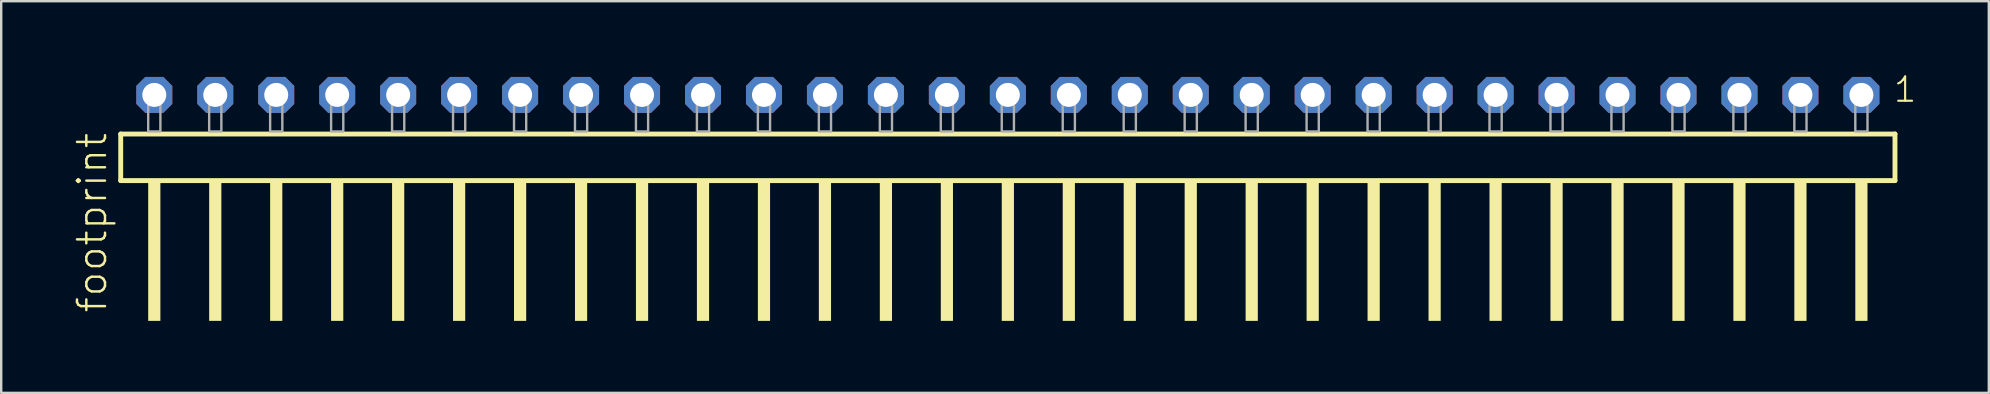
<source format=kicad_pcb>
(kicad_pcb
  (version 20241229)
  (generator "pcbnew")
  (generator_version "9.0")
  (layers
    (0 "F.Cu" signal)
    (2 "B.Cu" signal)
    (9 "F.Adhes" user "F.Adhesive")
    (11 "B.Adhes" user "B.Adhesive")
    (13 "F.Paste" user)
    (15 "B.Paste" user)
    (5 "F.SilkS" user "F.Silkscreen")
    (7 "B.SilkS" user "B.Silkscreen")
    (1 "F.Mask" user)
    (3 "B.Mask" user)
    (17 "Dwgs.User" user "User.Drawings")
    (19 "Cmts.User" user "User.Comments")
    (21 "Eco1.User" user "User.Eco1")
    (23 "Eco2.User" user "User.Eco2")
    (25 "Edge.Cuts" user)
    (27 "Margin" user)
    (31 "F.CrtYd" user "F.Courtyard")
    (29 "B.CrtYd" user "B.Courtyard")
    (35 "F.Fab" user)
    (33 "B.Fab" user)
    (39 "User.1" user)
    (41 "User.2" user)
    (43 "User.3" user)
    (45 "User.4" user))
  (footprint "footprint"
    (layer "F.Cu")
    (at 38.938 2.428)
    (property "Reference" "footprint" (at -37.465 7.62 90) (layer "F.SilkS") (effects (font (size 1.168 1.168) (thickness 0.102)) (justify left bottom)))
    (fp_line (start -36.959 0.106) (end -36.959 2.046) (stroke (width 0.203) (type solid)) (layer "F.SilkS"))
    (fp_line (start -36.959 2.046) (end 36.959 2.046) (stroke (width 0.203) (type solid)) (layer "F.SilkS"))
    (fp_line (start 36.959 0.106) (end -36.959 0.106) (stroke (width 0.203) (type solid)) (layer "F.SilkS"))
    (fp_line (start 36.959 2.046) (end 36.959 0.106) (stroke (width 0.203) (type solid)) (layer "F.SilkS"))
    (fp_poly (pts (xy -35.814 7.89) (xy -35.306 7.89) (xy -35.306 2.04) (xy -35.814 2.04)) (stroke (width 0) (type solid)) (fill yes) (layer "F.SilkS"))
    (fp_poly (pts (xy -33.274 7.89) (xy -32.766 7.89) (xy -32.766 2.04) (xy -33.274 2.04)) (stroke (width 0) (type solid)) (fill yes) (layer "F.SilkS"))
    (fp_poly (pts (xy -30.734 7.89) (xy -30.226 7.89) (xy -30.226 2.04) (xy -30.734 2.04)) (stroke (width 0) (type solid)) (fill yes) (layer "F.SilkS"))
    (fp_poly (pts (xy -28.194 7.89) (xy -27.686 7.89) (xy -27.686 2.04) (xy -28.194 2.04)) (stroke (width 0) (type solid)) (fill yes) (layer "F.SilkS"))
    (fp_poly (pts (xy -25.654 7.89) (xy -25.146 7.89) (xy -25.146 2.04) (xy -25.654 2.04)) (stroke (width 0) (type solid)) (fill yes) (layer "F.SilkS"))
    (fp_poly (pts (xy -23.114 7.89) (xy -22.606 7.89) (xy -22.606 2.04) (xy -23.114 2.04)) (stroke (width 0) (type solid)) (fill yes) (layer "F.SilkS"))
    (fp_poly (pts (xy -20.574 7.89) (xy -20.066 7.89) (xy -20.066 2.04) (xy -20.574 2.04)) (stroke (width 0) (type solid)) (fill yes) (layer "F.SilkS"))
    (fp_poly (pts (xy -18.034 7.89) (xy -17.526 7.89) (xy -17.526 2.04) (xy -18.034 2.04)) (stroke (width 0) (type solid)) (fill yes) (layer "F.SilkS"))
    (fp_poly (pts (xy -15.494 7.89) (xy -14.986 7.89) (xy -14.986 2.04) (xy -15.494 2.04)) (stroke (width 0) (type solid)) (fill yes) (layer "F.SilkS"))
    (fp_poly (pts (xy -12.954 7.89) (xy -12.446 7.89) (xy -12.446 2.04) (xy -12.954 2.04)) (stroke (width 0) (type solid)) (fill yes) (layer "F.SilkS"))
    (fp_poly (pts (xy -10.414 7.89) (xy -9.906 7.89) (xy -9.906 2.04) (xy -10.414 2.04)) (stroke (width 0) (type solid)) (fill yes) (layer "F.SilkS"))
    (fp_poly (pts (xy -7.874 7.89) (xy -7.366 7.89) (xy -7.366 2.04) (xy -7.874 2.04)) (stroke (width 0) (type solid)) (fill yes) (layer "F.SilkS"))
    (fp_poly (pts (xy -5.334 7.89) (xy -4.826 7.89) (xy -4.826 2.04) (xy -5.334 2.04)) (stroke (width 0) (type solid)) (fill yes) (layer "F.SilkS"))
    (fp_poly (pts (xy -2.794 7.89) (xy -2.286 7.89) (xy -2.286 2.04) (xy -2.794 2.04)) (stroke (width 0) (type solid)) (fill yes) (layer "F.SilkS"))
    (fp_poly (pts (xy -0.254 7.89) (xy 0.254 7.89) (xy 0.254 2.04) (xy -0.254 2.04)) (stroke (width 0) (type solid)) (fill yes) (layer "F.SilkS"))
    (fp_poly (pts (xy 2.286 7.89) (xy 2.794 7.89) (xy 2.794 2.04) (xy 2.286 2.04)) (stroke (width 0) (type solid)) (fill yes) (layer "F.SilkS"))
    (fp_poly (pts (xy 4.826 7.89) (xy 5.334 7.89) (xy 5.334 2.04) (xy 4.826 2.04)) (stroke (width 0) (type solid)) (fill yes) (layer "F.SilkS"))
    (fp_poly (pts (xy 7.366 7.89) (xy 7.874 7.89) (xy 7.874 2.04) (xy 7.366 2.04)) (stroke (width 0) (type solid)) (fill yes) (layer "F.SilkS"))
    (fp_poly (pts (xy 9.906 7.89) (xy 10.414 7.89) (xy 10.414 2.04) (xy 9.906 2.04)) (stroke (width 0) (type solid)) (fill yes) (layer "F.SilkS"))
    (fp_poly (pts (xy 12.446 7.89) (xy 12.954 7.89) (xy 12.954 2.04) (xy 12.446 2.04)) (stroke (width 0) (type solid)) (fill yes) (layer "F.SilkS"))
    (fp_poly (pts (xy 14.986 7.89) (xy 15.494 7.89) (xy 15.494 2.04) (xy 14.986 2.04)) (stroke (width 0) (type solid)) (fill yes) (layer "F.SilkS"))
    (fp_poly (pts (xy 17.526 7.89) (xy 18.034 7.89) (xy 18.034 2.04) (xy 17.526 2.04)) (stroke (width 0) (type solid)) (fill yes) (layer "F.SilkS"))
    (fp_poly (pts (xy 20.066 7.89) (xy 20.574 7.89) (xy 20.574 2.04) (xy 20.066 2.04)) (stroke (width 0) (type solid)) (fill yes) (layer "F.SilkS"))
    (fp_poly (pts (xy 22.606 7.89) (xy 23.114 7.89) (xy 23.114 2.04) (xy 22.606 2.04)) (stroke (width 0) (type solid)) (fill yes) (layer "F.SilkS"))
    (fp_poly (pts (xy 25.146 7.89) (xy 25.654 7.89) (xy 25.654 2.04) (xy 25.146 2.04)) (stroke (width 0) (type solid)) (fill yes) (layer "F.SilkS"))
    (fp_poly (pts (xy 27.686 7.89) (xy 28.194 7.89) (xy 28.194 2.04) (xy 27.686 2.04)) (stroke (width 0) (type solid)) (fill yes) (layer "F.SilkS"))
    (fp_poly (pts (xy 30.226 7.89) (xy 30.734 7.89) (xy 30.734 2.04) (xy 30.226 2.04)) (stroke (width 0) (type solid)) (fill yes) (layer "F.SilkS"))
    (fp_poly (pts (xy 32.766 7.89) (xy 33.274 7.89) (xy 33.274 2.04) (xy 32.766 2.04)) (stroke (width 0) (type solid)) (fill yes) (layer "F.SilkS"))
    (fp_poly (pts (xy 35.306 7.89) (xy 35.814 7.89) (xy 35.814 2.04) (xy 35.306 2.04)) (stroke (width 0) (type solid)) (fill yes) (layer "F.SilkS"))
    (fp_poly (pts (xy -35.814 0) (xy -35.306 0) (xy -35.306 -1.778) (xy -35.814 -1.778)) (stroke (width 0.1) (type solid)) (fill no) (layer "F.Fab"))
    (fp_poly (pts (xy -33.274 0) (xy -32.766 0) (xy -32.766 -1.778) (xy -33.274 -1.778)) (stroke (width 0.1) (type solid)) (fill no) (layer "F.Fab"))
    (fp_poly (pts (xy -30.734 0) (xy -30.226 0) (xy -30.226 -1.778) (xy -30.734 -1.778)) (stroke (width 0.1) (type solid)) (fill no) (layer "F.Fab"))
    (fp_poly (pts (xy -28.194 0) (xy -27.686 0) (xy -27.686 -1.778) (xy -28.194 -1.778)) (stroke (width 0.1) (type solid)) (fill no) (layer "F.Fab"))
    (fp_poly (pts (xy -25.654 0) (xy -25.146 0) (xy -25.146 -1.778) (xy -25.654 -1.778)) (stroke (width 0.1) (type solid)) (fill no) (layer "F.Fab"))
    (fp_poly (pts (xy -23.114 0) (xy -22.606 0) (xy -22.606 -1.778) (xy -23.114 -1.778)) (stroke (width 0.1) (type solid)) (fill no) (layer "F.Fab"))
    (fp_poly (pts (xy -20.574 0) (xy -20.066 0) (xy -20.066 -1.778) (xy -20.574 -1.778)) (stroke (width 0.1) (type solid)) (fill no) (layer "F.Fab"))
    (fp_poly (pts (xy -18.034 0) (xy -17.526 0) (xy -17.526 -1.778) (xy -18.034 -1.778)) (stroke (width 0.1) (type solid)) (fill no) (layer "F.Fab"))
    (fp_poly (pts (xy -15.494 0) (xy -14.986 0) (xy -14.986 -1.778) (xy -15.494 -1.778)) (stroke (width 0.1) (type solid)) (fill no) (layer "F.Fab"))
    (fp_poly (pts (xy -12.954 0) (xy -12.446 0) (xy -12.446 -1.778) (xy -12.954 -1.778)) (stroke (width 0.1) (type solid)) (fill no) (layer "F.Fab"))
    (fp_poly (pts (xy -10.414 0) (xy -9.906 0) (xy -9.906 -1.778) (xy -10.414 -1.778)) (stroke (width 0.1) (type solid)) (fill no) (layer "F.Fab"))
    (fp_poly (pts (xy -7.874 0) (xy -7.366 0) (xy -7.366 -1.778) (xy -7.874 -1.778)) (stroke (width 0.1) (type solid)) (fill no) (layer "F.Fab"))
    (fp_poly (pts (xy -5.334 0) (xy -4.826 0) (xy -4.826 -1.778) (xy -5.334 -1.778)) (stroke (width 0.1) (type solid)) (fill no) (layer "F.Fab"))
    (fp_poly (pts (xy -2.794 0) (xy -2.286 0) (xy -2.286 -1.778) (xy -2.794 -1.778)) (stroke (width 0.1) (type solid)) (fill no) (layer "F.Fab"))
    (fp_poly (pts (xy -0.254 0) (xy 0.254 0) (xy 0.254 -1.778) (xy -0.254 -1.778)) (stroke (width 0.1) (type solid)) (fill no) (layer "F.Fab"))
    (fp_poly (pts (xy 2.286 0) (xy 2.794 0) (xy 2.794 -1.778) (xy 2.286 -1.778)) (stroke (width 0.1) (type solid)) (fill no) (layer "F.Fab"))
    (fp_poly (pts (xy 4.826 0) (xy 5.334 0) (xy 5.334 -1.778) (xy 4.826 -1.778)) (stroke (width 0.1) (type solid)) (fill no) (layer "F.Fab"))
    (fp_poly (pts (xy 7.366 0) (xy 7.874 0) (xy 7.874 -1.778) (xy 7.366 -1.778)) (stroke (width 0.1) (type solid)) (fill no) (layer "F.Fab"))
    (fp_poly (pts (xy 9.906 0) (xy 10.414 0) (xy 10.414 -1.778) (xy 9.906 -1.778)) (stroke (width 0.1) (type solid)) (fill no) (layer "F.Fab"))
    (fp_poly (pts (xy 12.446 0) (xy 12.954 0) (xy 12.954 -1.778) (xy 12.446 -1.778)) (stroke (width 0.1) (type solid)) (fill no) (layer "F.Fab"))
    (fp_poly (pts (xy 14.986 0) (xy 15.494 0) (xy 15.494 -1.778) (xy 14.986 -1.778)) (stroke (width 0.1) (type solid)) (fill no) (layer "F.Fab"))
    (fp_poly (pts (xy 17.526 0) (xy 18.034 0) (xy 18.034 -1.778) (xy 17.526 -1.778)) (stroke (width 0.1) (type solid)) (fill no) (layer "F.Fab"))
    (fp_poly (pts (xy 20.066 0) (xy 20.574 0) (xy 20.574 -1.778) (xy 20.066 -1.778)) (stroke (width 0.1) (type solid)) (fill no) (layer "F.Fab"))
    (fp_poly (pts (xy 22.606 0) (xy 23.114 0) (xy 23.114 -1.778) (xy 22.606 -1.778)) (stroke (width 0.1) (type solid)) (fill no) (layer "F.Fab"))
    (fp_poly (pts (xy 25.146 0) (xy 25.654 0) (xy 25.654 -1.778) (xy 25.146 -1.778)) (stroke (width 0.1) (type solid)) (fill no) (layer "F.Fab"))
    (fp_poly (pts (xy 27.686 0) (xy 28.194 0) (xy 28.194 -1.778) (xy 27.686 -1.778)) (stroke (width 0.1) (type solid)) (fill no) (layer "F.Fab"))
    (fp_poly (pts (xy 30.226 0) (xy 30.734 0) (xy 30.734 -1.778) (xy 30.226 -1.778)) (stroke (width 0.1) (type solid)) (fill no) (layer "F.Fab"))
    (fp_poly (pts (xy 32.766 0) (xy 33.274 0) (xy 33.274 -1.778) (xy 32.766 -1.778)) (stroke (width 0.1) (type solid)) (fill no) (layer "F.Fab"))
    (fp_poly (pts (xy 35.306 0) (xy 35.814 0) (xy 35.814 -1.778) (xy 35.306 -1.778)) (stroke (width 0.1) (type solid)) (fill no) (layer "F.Fab"))
    (fp_text user "1" (at 36.842 -1.152 0) (layer "F.SilkS") (effects (font (size 1.012 1.012) (thickness 0.088)) (justify left bottom)))
    (pad "1" thru_hole roundrect (at 35.56 -1.524 180) (size 1.5 1.5) (drill 1) (layers "*.Cu" "*.Mask") (roundrect_rratio 0.25) (chamfer_ratio 0.25) (chamfer top_left top_right bottom_left bottom_right))
    (pad "2" thru_hole roundrect (at 33.02 -1.524 180) (size 1.5 1.5) (drill 1) (layers "*.Cu" "*.Mask") (roundrect_rratio 0.25) (chamfer_ratio 0.25) (chamfer top_left top_right bottom_left bottom_right))
    (pad "3" thru_hole roundrect (at 30.48 -1.524 180) (size 1.5 1.5) (drill 1) (layers "*.Cu" "*.Mask") (roundrect_rratio 0.25) (chamfer_ratio 0.25) (chamfer top_left top_right bottom_left bottom_right))
    (pad "4" thru_hole roundrect (at 27.94 -1.524 180) (size 1.5 1.5) (drill 1) (layers "*.Cu" "*.Mask") (roundrect_rratio 0.25) (chamfer_ratio 0.25) (chamfer top_left top_right bottom_left bottom_right))
    (pad "5" thru_hole roundrect (at 25.4 -1.524 180) (size 1.5 1.5) (drill 1) (layers "*.Cu" "*.Mask") (roundrect_rratio 0.25) (chamfer_ratio 0.25) (chamfer top_left top_right bottom_left bottom_right))
    (pad "6" thru_hole roundrect (at 22.86 -1.524 180) (size 1.5 1.5) (drill 1) (layers "*.Cu" "*.Mask") (roundrect_rratio 0.25) (chamfer_ratio 0.25) (chamfer top_left top_right bottom_left bottom_right))
    (pad "7" thru_hole roundrect (at 20.32 -1.524 180) (size 1.5 1.5) (drill 1) (layers "*.Cu" "*.Mask") (roundrect_rratio 0.25) (chamfer_ratio 0.25) (chamfer top_left top_right bottom_left bottom_right))
    (pad "8" thru_hole roundrect (at 17.78 -1.524 180) (size 1.5 1.5) (drill 1) (layers "*.Cu" "*.Mask") (roundrect_rratio 0.25) (chamfer_ratio 0.25) (chamfer top_left top_right bottom_left bottom_right))
    (pad "9" thru_hole roundrect (at 15.24 -1.524 180) (size 1.5 1.5) (drill 1) (layers "*.Cu" "*.Mask") (roundrect_rratio 0.25) (chamfer_ratio 0.25) (chamfer top_left top_right bottom_left bottom_right))
    (pad "10" thru_hole roundrect (at 12.7 -1.524 180) (size 1.5 1.5) (drill 1) (layers "*.Cu" "*.Mask") (roundrect_rratio 0.25) (chamfer_ratio 0.25) (chamfer top_left top_right bottom_left bottom_right))
    (pad "11" thru_hole roundrect (at 10.16 -1.524 180) (size 1.5 1.5) (drill 1) (layers "*.Cu" "*.Mask") (roundrect_rratio 0.25) (chamfer_ratio 0.25) (chamfer top_left top_right bottom_left bottom_right))
    (pad "12" thru_hole roundrect (at 7.62 -1.524 180) (size 1.5 1.5) (drill 1) (layers "*.Cu" "*.Mask") (roundrect_rratio 0.25) (chamfer_ratio 0.25) (chamfer top_left top_right bottom_left bottom_right))
    (pad "13" thru_hole roundrect (at 5.08 -1.524 180) (size 1.5 1.5) (drill 1) (layers "*.Cu" "*.Mask") (roundrect_rratio 0.25) (chamfer_ratio 0.25) (chamfer top_left top_right bottom_left bottom_right))
    (pad "14" thru_hole roundrect (at 2.54 -1.524 180) (size 1.5 1.5) (drill 1) (layers "*.Cu" "*.Mask") (roundrect_rratio 0.25) (chamfer_ratio 0.25) (chamfer top_left top_right bottom_left bottom_right))
    (pad "15" thru_hole roundrect (at 0 -1.524 180) (size 1.5 1.5) (drill 1) (layers "*.Cu" "*.Mask") (roundrect_rratio 0.25) (chamfer_ratio 0.25) (chamfer top_left top_right bottom_left bottom_right))
    (pad "16" thru_hole roundrect (at -2.54 -1.524 180) (size 1.5 1.5) (drill 1) (layers "*.Cu" "*.Mask") (roundrect_rratio 0.25) (chamfer_ratio 0.25) (chamfer top_left top_right bottom_left bottom_right))
    (pad "17" thru_hole roundrect (at -5.08 -1.524 180) (size 1.5 1.5) (drill 1) (layers "*.Cu" "*.Mask") (roundrect_rratio 0.25) (chamfer_ratio 0.25) (chamfer top_left top_right bottom_left bottom_right))
    (pad "18" thru_hole roundrect (at -7.62 -1.524 180) (size 1.5 1.5) (drill 1) (layers "*.Cu" "*.Mask") (roundrect_rratio 0.25) (chamfer_ratio 0.25) (chamfer top_left top_right bottom_left bottom_right))
    (pad "19" thru_hole roundrect (at -10.16 -1.524 180) (size 1.5 1.5) (drill 1) (layers "*.Cu" "*.Mask") (roundrect_rratio 0.25) (chamfer_ratio 0.25) (chamfer top_left top_right bottom_left bottom_right))
    (pad "20" thru_hole roundrect (at -12.7 -1.524 180) (size 1.5 1.5) (drill 1) (layers "*.Cu" "*.Mask") (roundrect_rratio 0.25) (chamfer_ratio 0.25) (chamfer top_left top_right bottom_left bottom_right))
    (pad "21" thru_hole roundrect (at -15.24 -1.524 180) (size 1.5 1.5) (drill 1) (layers "*.Cu" "*.Mask") (roundrect_rratio 0.25) (chamfer_ratio 0.25) (chamfer top_left top_right bottom_left bottom_right))
    (pad "22" thru_hole roundrect (at -17.78 -1.524 180) (size 1.5 1.5) (drill 1) (layers "*.Cu" "*.Mask") (roundrect_rratio 0.25) (chamfer_ratio 0.25) (chamfer top_left top_right bottom_left bottom_right))
    (pad "23" thru_hole roundrect (at -20.32 -1.524 180) (size 1.5 1.5) (drill 1) (layers "*.Cu" "*.Mask") (roundrect_rratio 0.25) (chamfer_ratio 0.25) (chamfer top_left top_right bottom_left bottom_right))
    (pad "24" thru_hole roundrect (at -22.86 -1.524 180) (size 1.5 1.5) (drill 1) (layers "*.Cu" "*.Mask") (roundrect_rratio 0.25) (chamfer_ratio 0.25) (chamfer top_left top_right bottom_left bottom_right))
    (pad "25" thru_hole roundrect (at -25.4 -1.524 180) (size 1.5 1.5) (drill 1) (layers "*.Cu" "*.Mask") (roundrect_rratio 0.25) (chamfer_ratio 0.25) (chamfer top_left top_right bottom_left bottom_right))
    (pad "26" thru_hole roundrect (at -27.94 -1.524 180) (size 1.5 1.5) (drill 1) (layers "*.Cu" "*.Mask") (roundrect_rratio 0.25) (chamfer_ratio 0.25) (chamfer top_left top_right bottom_left bottom_right))
    (pad "27" thru_hole roundrect (at -30.48 -1.524 180) (size 1.5 1.5) (drill 1) (layers "*.Cu" "*.Mask") (roundrect_rratio 0.25) (chamfer_ratio 0.25) (chamfer top_left top_right bottom_left bottom_right))
    (pad "28" thru_hole roundrect (at -33.02 -1.524 180) (size 1.5 1.5) (drill 1) (layers "*.Cu" "*.Mask") (roundrect_rratio 0.25) (chamfer_ratio 0.25) (chamfer top_left top_right bottom_left bottom_right))
    (pad "29" thru_hole roundrect (at -35.56 -1.524 180) (size 1.5 1.5) (drill 1) (layers "*.Cu" "*.Mask") (roundrect_rratio 0.25) (chamfer_ratio 0.25) (chamfer top_left top_right bottom_left bottom_right)))
  (gr_rect
    (start -3 -3)
    (end 79.806 13.318)
    (stroke (width 0.1) (type default))
    (fill no)
    (layer "Edge.Cuts")))
</source>
